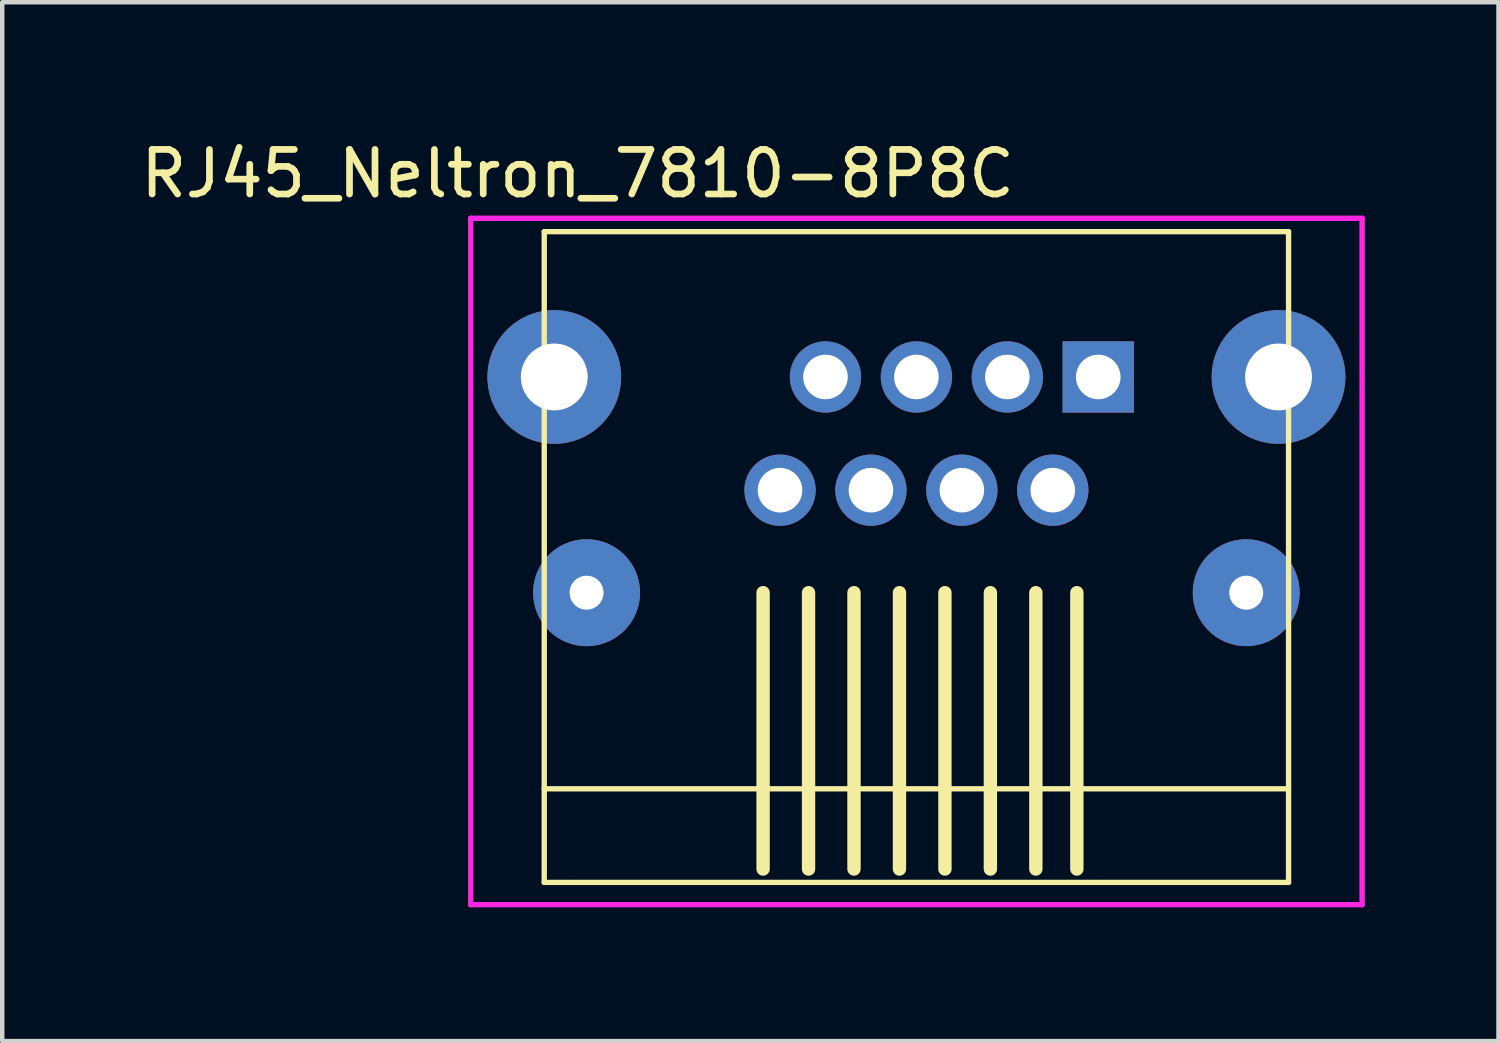
<source format=kicad_pcb>
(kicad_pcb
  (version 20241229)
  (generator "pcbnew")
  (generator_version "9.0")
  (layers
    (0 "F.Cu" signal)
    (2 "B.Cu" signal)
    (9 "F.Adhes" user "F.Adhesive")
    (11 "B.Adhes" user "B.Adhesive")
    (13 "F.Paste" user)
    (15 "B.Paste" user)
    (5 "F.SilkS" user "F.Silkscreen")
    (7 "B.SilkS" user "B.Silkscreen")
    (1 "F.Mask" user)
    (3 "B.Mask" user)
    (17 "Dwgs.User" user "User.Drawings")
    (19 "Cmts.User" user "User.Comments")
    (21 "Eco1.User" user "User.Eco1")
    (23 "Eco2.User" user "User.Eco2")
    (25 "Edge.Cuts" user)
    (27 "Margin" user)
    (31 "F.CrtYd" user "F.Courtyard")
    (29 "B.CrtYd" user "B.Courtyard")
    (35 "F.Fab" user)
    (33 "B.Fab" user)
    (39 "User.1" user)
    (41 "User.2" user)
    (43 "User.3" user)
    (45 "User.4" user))
  (footprint "RJ45_Neltron_7810-8P8C"
    (layer "F.Cu")
    (at 17.511 10.248)
    (property "Reference" "RJ45_Neltron_7810-8P8C" (at -7.6 -9.4 0) (layer "F.SilkS") (effects (font (size 1 1) (thickness 0.15))))
    (attr through_hole)
    (fp_line (start -8.35 -8.1) (end 8.35 -8.1) (stroke (width 0.12) (type solid)) (layer "F.SilkS"))
    (fp_line (start -8.35 4.4) (end 8.35 4.4) (stroke (width 0.12) (type solid)) (layer "F.SilkS"))
    (fp_line (start -8.35 6.5) (end -8.35 -8.1) (stroke (width 0.12) (type solid)) (layer "F.SilkS"))
    (fp_line (start -3.44 0) (end -3.44 6.2) (stroke (width 0.3) (type solid)) (layer "F.SilkS"))
    (fp_line (start -2.42 0) (end -2.42 6.2) (stroke (width 0.3) (type solid)) (layer "F.SilkS"))
    (fp_line (start -1.4 0) (end -1.4 6.2) (stroke (width 0.3) (type solid)) (layer "F.SilkS"))
    (fp_line (start -0.38 0) (end -0.38 6.2) (stroke (width 0.3) (type solid)) (layer "F.SilkS"))
    (fp_line (start 0.64 0) (end 0.64 6.2) (stroke (width 0.3) (type solid)) (layer "F.SilkS"))
    (fp_line (start 1.66 0) (end 1.66 6.2) (stroke (width 0.3) (type solid)) (layer "F.SilkS"))
    (fp_line (start 2.68 0) (end 2.68 6.2) (stroke (width 0.3) (type solid)) (layer "F.SilkS"))
    (fp_line (start 3.6 0) (end 3.6 6.2) (stroke (width 0.3) (type solid)) (layer "F.SilkS"))
    (fp_line (start 8.35 -8.1) (end 8.35 6.5) (stroke (width 0.12) (type solid)) (layer "F.SilkS"))
    (fp_line (start 8.35 6.5) (end -8.35 6.5) (stroke (width 0.12) (type solid)) (layer "F.SilkS"))
    (fp_line (start -10 -8.4) (end 10 -8.4) (stroke (width 0.12) (type solid)) (layer "F.CrtYd"))
    (fp_line (start -10 7) (end -10 -8.4) (stroke (width 0.12) (type solid)) (layer "F.CrtYd"))
    (fp_line (start 10 -8.4) (end 10 7) (stroke (width 0.12) (type solid)) (layer "F.CrtYd"))
    (fp_line (start 10 7) (end -10 7) (stroke (width 0.12) (type solid)) (layer "F.CrtYd"))
    (pad "" thru_hole circle (at -8.125 -4.84) (size 3 3) (drill 1.5) (layers "*.Cu" "*.Mask"))
    (pad "" np_thru_hole circle (at -7.4 0) (size 2.4 2.4) (drill 0.762) (layers "*.Cu" "*.Mask"))
    (pad "" np_thru_hole circle (at 7.4 0) (size 2.4 2.4) (drill 0.762) (layers "*.Cu" "*.Mask"))
    (pad "" thru_hole circle (at 8.125 -4.84) (size 3 3) (drill 1.5) (layers "*.Cu" "*.Mask"))
    (pad "1" thru_hole rect (at 4.08 -4.84) (size 1.6 1.6) (drill 1) (layers "*.Cu" "*.Mask"))
    (pad "2" thru_hole circle (at 3.06 -2.3) (size 1.6 1.6) (drill 1) (layers "*.Cu" "*.Mask"))
    (pad "3" thru_hole circle (at 2.04 -4.84) (size 1.6 1.6) (drill 1) (layers "*.Cu" "*.Mask"))
    (pad "4" thru_hole circle (at 1.02 -2.3) (size 1.6 1.6) (drill 1) (layers "*.Cu" "*.Mask"))
    (pad "5" thru_hole circle (at 0 -4.84) (size 1.6 1.6) (drill 1) (layers "*.Cu" "*.Mask"))
    (pad "6" thru_hole circle (at -1.02 -2.3) (size 1.6 1.6) (drill 1) (layers "*.Cu" "*.Mask"))
    (pad "7" thru_hole circle (at -2.04 -4.84) (size 1.6 1.6) (drill 1) (layers "*.Cu" "*.Mask"))
    (pad "8" thru_hole circle (at -3.06 -2.3) (size 1.6 1.6) (drill 1) (layers "*.Cu" "*.Mask")))
  (gr_rect
    (start -3 -3)
    (end 30.571 20.308)
    (stroke (width 0.1) (type default))
    (fill no)
    (layer "Edge.Cuts")))
</source>
